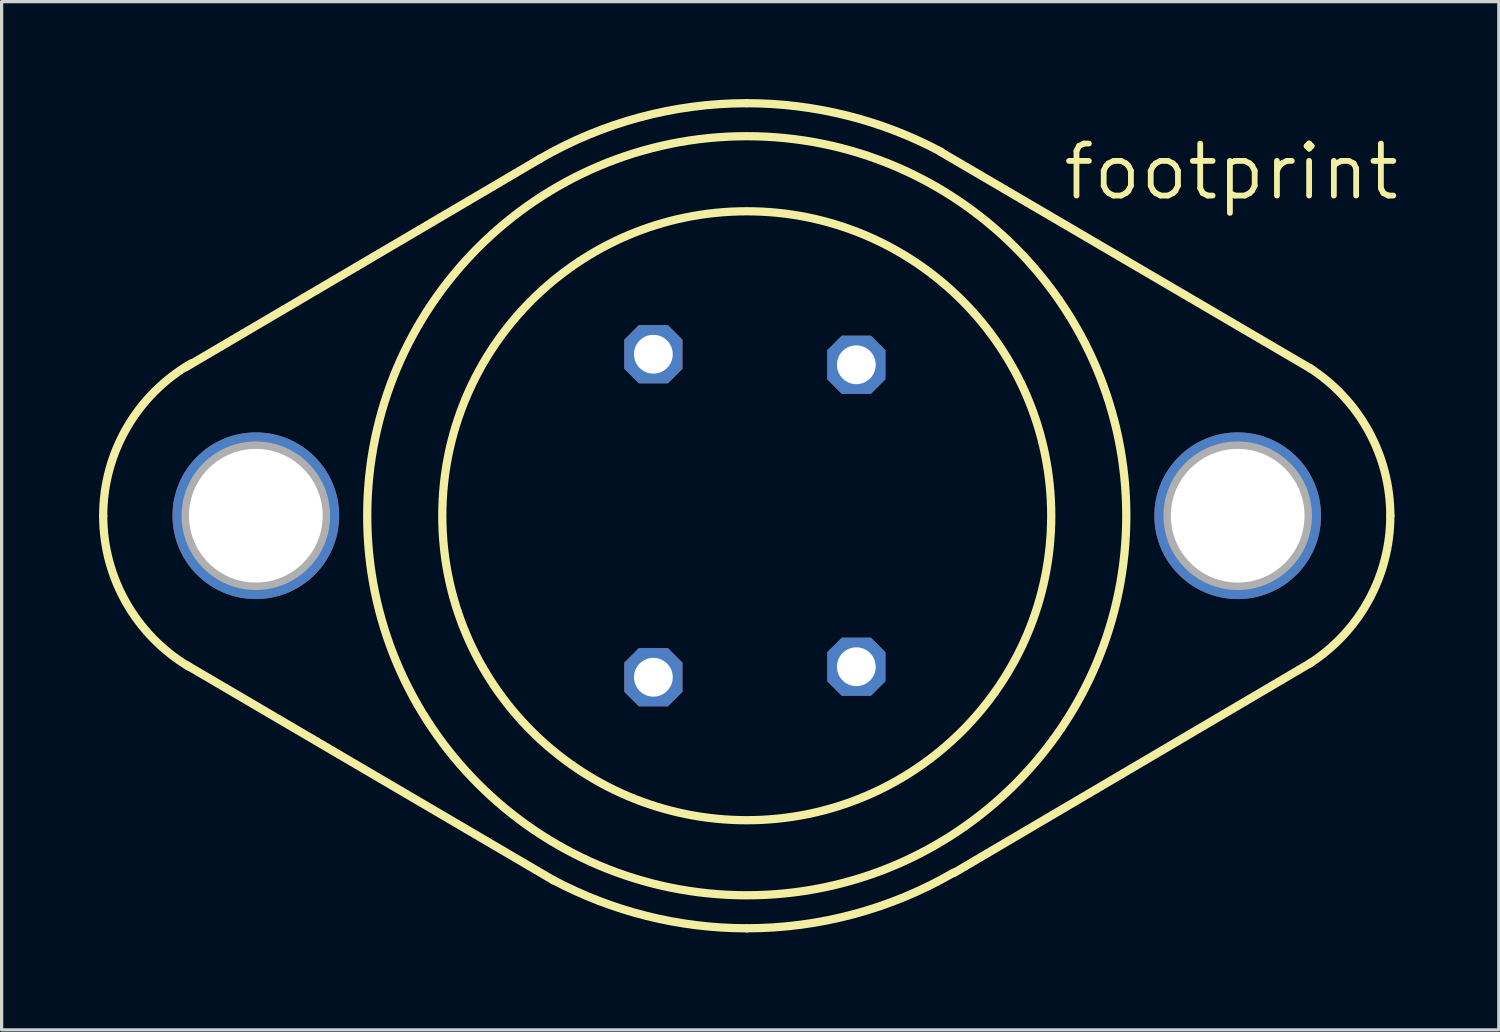
<source format=kicad_pcb>
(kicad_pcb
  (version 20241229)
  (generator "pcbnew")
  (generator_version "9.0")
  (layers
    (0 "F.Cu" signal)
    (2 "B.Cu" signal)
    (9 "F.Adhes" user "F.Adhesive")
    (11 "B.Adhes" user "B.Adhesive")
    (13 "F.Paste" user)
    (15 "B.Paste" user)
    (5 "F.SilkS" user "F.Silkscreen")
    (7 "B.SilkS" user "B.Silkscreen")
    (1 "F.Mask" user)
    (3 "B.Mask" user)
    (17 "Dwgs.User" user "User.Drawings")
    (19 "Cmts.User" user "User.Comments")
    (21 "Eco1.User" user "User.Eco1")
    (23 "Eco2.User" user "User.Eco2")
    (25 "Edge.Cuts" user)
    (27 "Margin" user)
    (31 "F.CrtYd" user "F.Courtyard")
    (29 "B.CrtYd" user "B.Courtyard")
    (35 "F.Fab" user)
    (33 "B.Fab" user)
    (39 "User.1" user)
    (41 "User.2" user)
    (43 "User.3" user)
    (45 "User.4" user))
  (footprint "footprint"
    (layer "F.Cu")
    (at 19.939 12.827)
    (property "Reference" "footprint" (at 9.652 -9.652 0) (layer "F.SilkS") (effects (font (size 1.6 1.6) (thickness 0.178)) (justify left bottom)))
    (fp_line (start -6.35 -10.998) (end -17.272 -4.572) (stroke (width 0.254) (type solid)) (layer "F.SilkS"))
    (fp_line (start -5.944 11.227) (end -17.247 4.597) (stroke (width 0.254) (type solid)) (layer "F.SilkS"))
    (fp_line (start 5.969 -11.201) (end 17.374 -4.521) (stroke (width 0.254) (type solid)) (layer "F.SilkS"))
    (fp_line (start 6.375 10.998) (end 17.374 4.521) (stroke (width 0.254) (type solid)) (layer "F.SilkS"))
    (fp_arc (start -19.812 0) (mid -19.08306 -2.712168) (end -17.0927 -4.6935) (stroke (width 0.254) (type solid)) (layer "F.SilkS"))
    (fp_arc (start -17.155499 4.657) (mid -19.101186 2.680705) (end -19.812 0) (stroke (width 0.254) (type solid)) (layer "F.SilkS"))
    (fp_arc (start -6.3718 -10.9859) (mid -3.299165 -12.263989) (end 0 -12.7) (stroke (width 0.254) (type solid)) (layer "F.SilkS"))
    (fp_arc (start 0 -12.7) (mid 3.080216 -12.320822) (end 5.9765 -11.2059) (stroke (width 0.254) (type solid)) (layer "F.SilkS"))
    (fp_arc (start 0 12.7) (mid -3.080216 12.320822) (end -5.9765 11.2059) (stroke (width 0.254) (type solid)) (layer "F.SilkS"))
    (fp_arc (start 6.3718 10.9859) (mid 3.299165 12.263989) (end 0 12.7) (stroke (width 0.254) (type solid)) (layer "F.SilkS"))
    (fp_arc (start 17.3366 -4.545) (mid 19.153011 -2.58769) (end 19.811999 0.000001) (stroke (width 0.254) (type solid)) (layer "F.SilkS"))
    (fp_arc (start 19.811999 -0.000001) (mid 19.153011 2.58769) (end 17.3366 4.545) (stroke (width 0.254) (type solid)) (layer "F.SilkS"))
    (fp_circle (center 0 0) (end 9.373 0) (stroke (width 0.254) (type solid)) (fill no) (layer "F.SilkS"))
    (fp_circle (center 0 0) (end 11.684 0) (stroke (width 0.254) (type solid)) (fill no) (layer "F.SilkS"))
    (fp_circle (center -15.113 0) (end -12.954 0) (stroke (width 0.254) (type solid)) (fill no) (layer "F.Fab"))
    (fp_circle (center 15.113 0) (end 17.272 0) (stroke (width 0.254) (type solid)) (fill no) (layer "F.Fab"))
    (pad "1" thru_hole roundrect (at -2.875 4.972) (size 1.791 1.791) (drill 1.194) (layers "*.Cu" "*.Mask") (roundrect_rratio 0.25) (chamfer_ratio 0.25) (chamfer top_left top_right bottom_left bottom_right))
    (pad "2" thru_hole roundrect (at 3.373 4.648) (size 1.791 1.791) (drill 1.194) (layers "*.Cu" "*.Mask") (roundrect_rratio 0.25) (chamfer_ratio 0.25) (chamfer top_left top_right bottom_left bottom_right))
    (pad "3" thru_hole roundrect (at 3.373 -4.648) (size 1.791 1.791) (drill 1.194) (layers "*.Cu" "*.Mask") (roundrect_rratio 0.25) (chamfer_ratio 0.25) (chamfer top_left top_right bottom_left bottom_right))
    (pad "4" thru_hole roundrect (at -2.875 -4.972) (size 1.791 1.791) (drill 1.194) (layers "*.Cu" "*.Mask") (roundrect_rratio 0.25) (chamfer_ratio 0.25) (chamfer top_left top_right bottom_left bottom_right))
    (pad "5" thru_hole circle (at 15.113 0) (size 5.131 5.131) (drill 4.115) (layers "*.Cu" "*.Mask"))
    (pad "5/" thru_hole circle (at -15.113 0) (size 5.131 5.131) (drill 4.115) (layers "*.Cu" "*.Mask")))
  (gr_rect
    (start -3 -3)
    (end 43.091 28.654)
    (stroke (width 0.1) (type default))
    (fill no)
    (layer "Edge.Cuts")))
</source>
